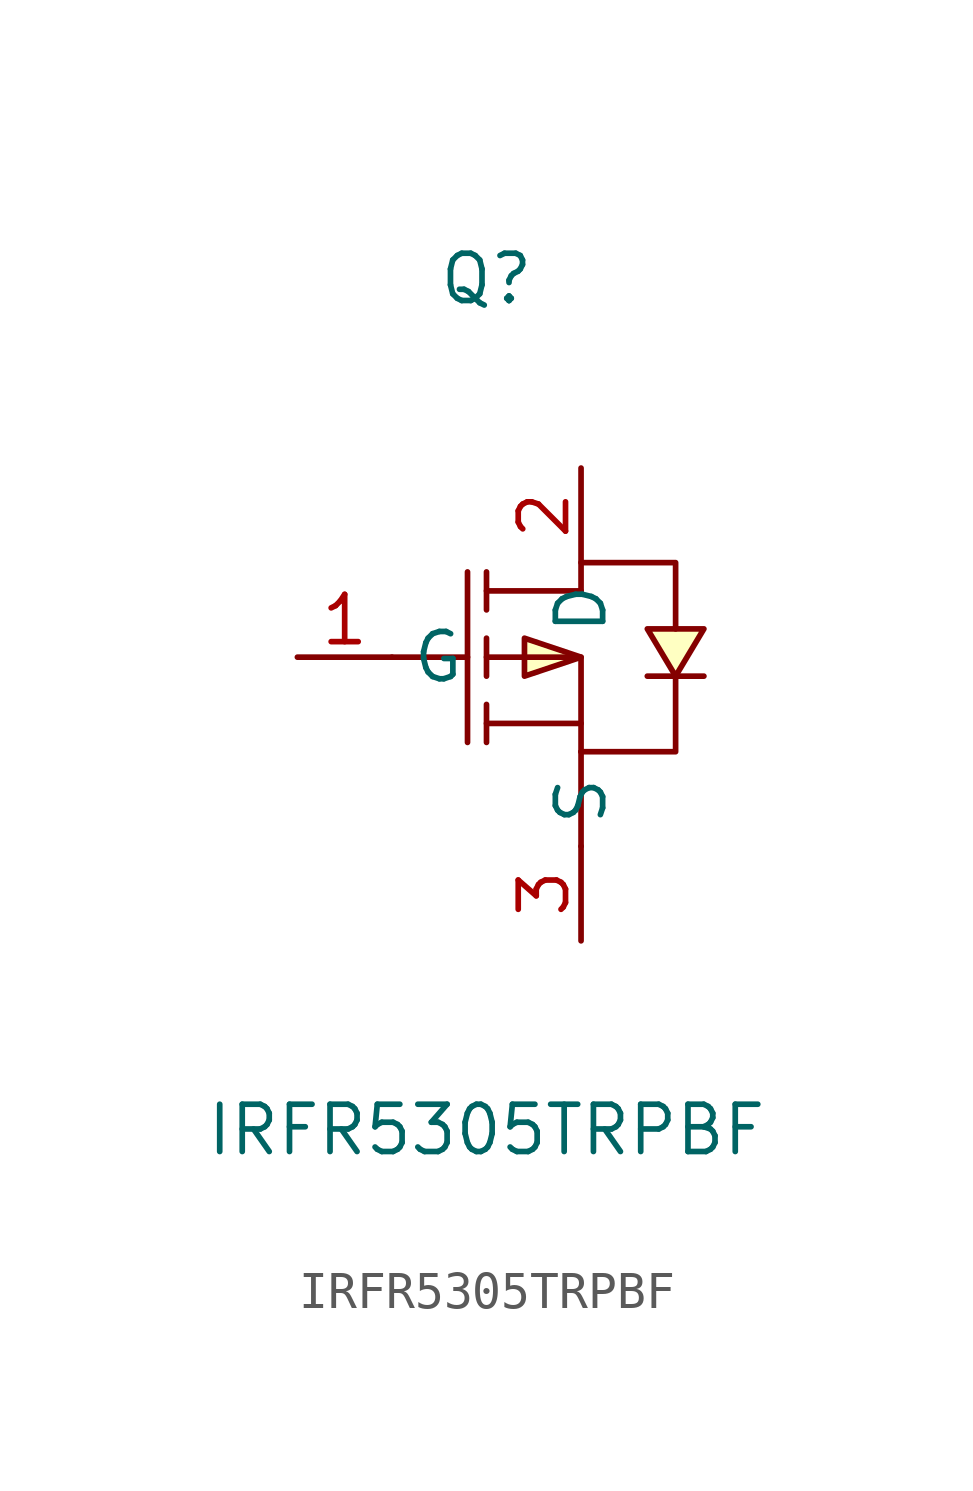
<source format=kicad_sym>
(kicad_symbol_lib
  (version 20231120)
  (generator "kicad_symbol_editor")
  (generator_version "8.0")
  (symbol "IRFR5305TRPBF"
    (property "Reference" "Q"
      (at 0 11.43 0)
      (effects (font (size 1.27 1.27))))
    (property "Value" "IRFR5305TRPBF"
      (at 0 -11.43 0)
      (effects (font (size 1.27 1.27))))
    (symbol "IRFR5305TRPBF_0_1"
      (polyline (pts (xy -2.54 1.27) (xy -0.51 1.27)) (stroke (width 0) (type default)) (fill (type none)))
      (polyline (pts (xy -0.51 3.56) (xy -0.51 -1.02)) (stroke (width 0) (type default)) (fill (type none)))
      (polyline (pts (xy 0 -1.02) (xy 0 0)) (stroke (width 0) (type default)) (fill (type none)))
      (polyline (pts (xy 0 0.76) (xy 0 1.78)) (stroke (width 0) (type default)) (fill (type none)))
      (polyline (pts (xy 0 2.54) (xy 0 3.56)) (stroke (width 0) (type default)) (fill (type none)))
      (polyline (pts (xy 2.54 -3.81) (xy 2.54 -1.27)) (stroke (width 0) (type default)) (fill (type none)))
      (polyline (pts (xy 2.54 -0.51) (xy 0 -0.51)) (stroke (width 0) (type default)) (fill (type none)))
      (polyline (pts (xy 2.54 3.05) (xy 0 3.05)) (stroke (width 0) (type default)) (fill (type none)))
      (polyline (pts (xy 0 1.27) (xy 2.54 1.27) (xy 2.54 -1.27)) (stroke (width 0) (type default)) (fill (type none)))
      (polyline (pts (xy 2.54 -1.27) (xy 5.08 -1.27) (xy 5.08 0.76)) (stroke (width 0) (type default)) (fill (type none)))
      (polyline (pts (xy 2.54 1.27) (xy 1.02 1.78) (xy 1.02 0.76) (xy 2.54 1.27)) (stroke (width 0) (type default)) (fill (type background)))
      (polyline (pts (xy 2.54 3.05) (xy 2.54 3.81) (xy 5.08 3.81) (xy 5.08 2.03)) (stroke (width 0) (type default)) (fill (type none)))
      (polyline (pts (xy 5.08 0.76) (xy 5.84 2.03) (xy 4.32 2.03) (xy 5.08 0.76)) (stroke (width 0) (type default)) (fill (type background)))
      (polyline (pts (xy 5.84 0.76) (xy 5.59 0.76) (xy 4.57 0.76) (xy 4.32 0.76)) (stroke (width 0) (type default)) (fill (type none)))
      (pin unspecified line (at -5.08 1.27 0) (length 2.54) (name "G" (effects (font (size 1.27 1.27)))) (number "1" (effects (font (size 1.27 1.27)))))
      (pin unspecified line (at 2.54 6.35 270) (length 2.54) (name "D" (effects (font (size 1.27 1.27)))) (number "2" (effects (font (size 1.27 1.27)))))
      (pin unspecified line (at 2.54 -6.35 90) (length 2.54) (name "S" (effects (font (size 1.27 1.27)))) (number "3" (effects (font (size 1.27 1.27))))))))
</source>
